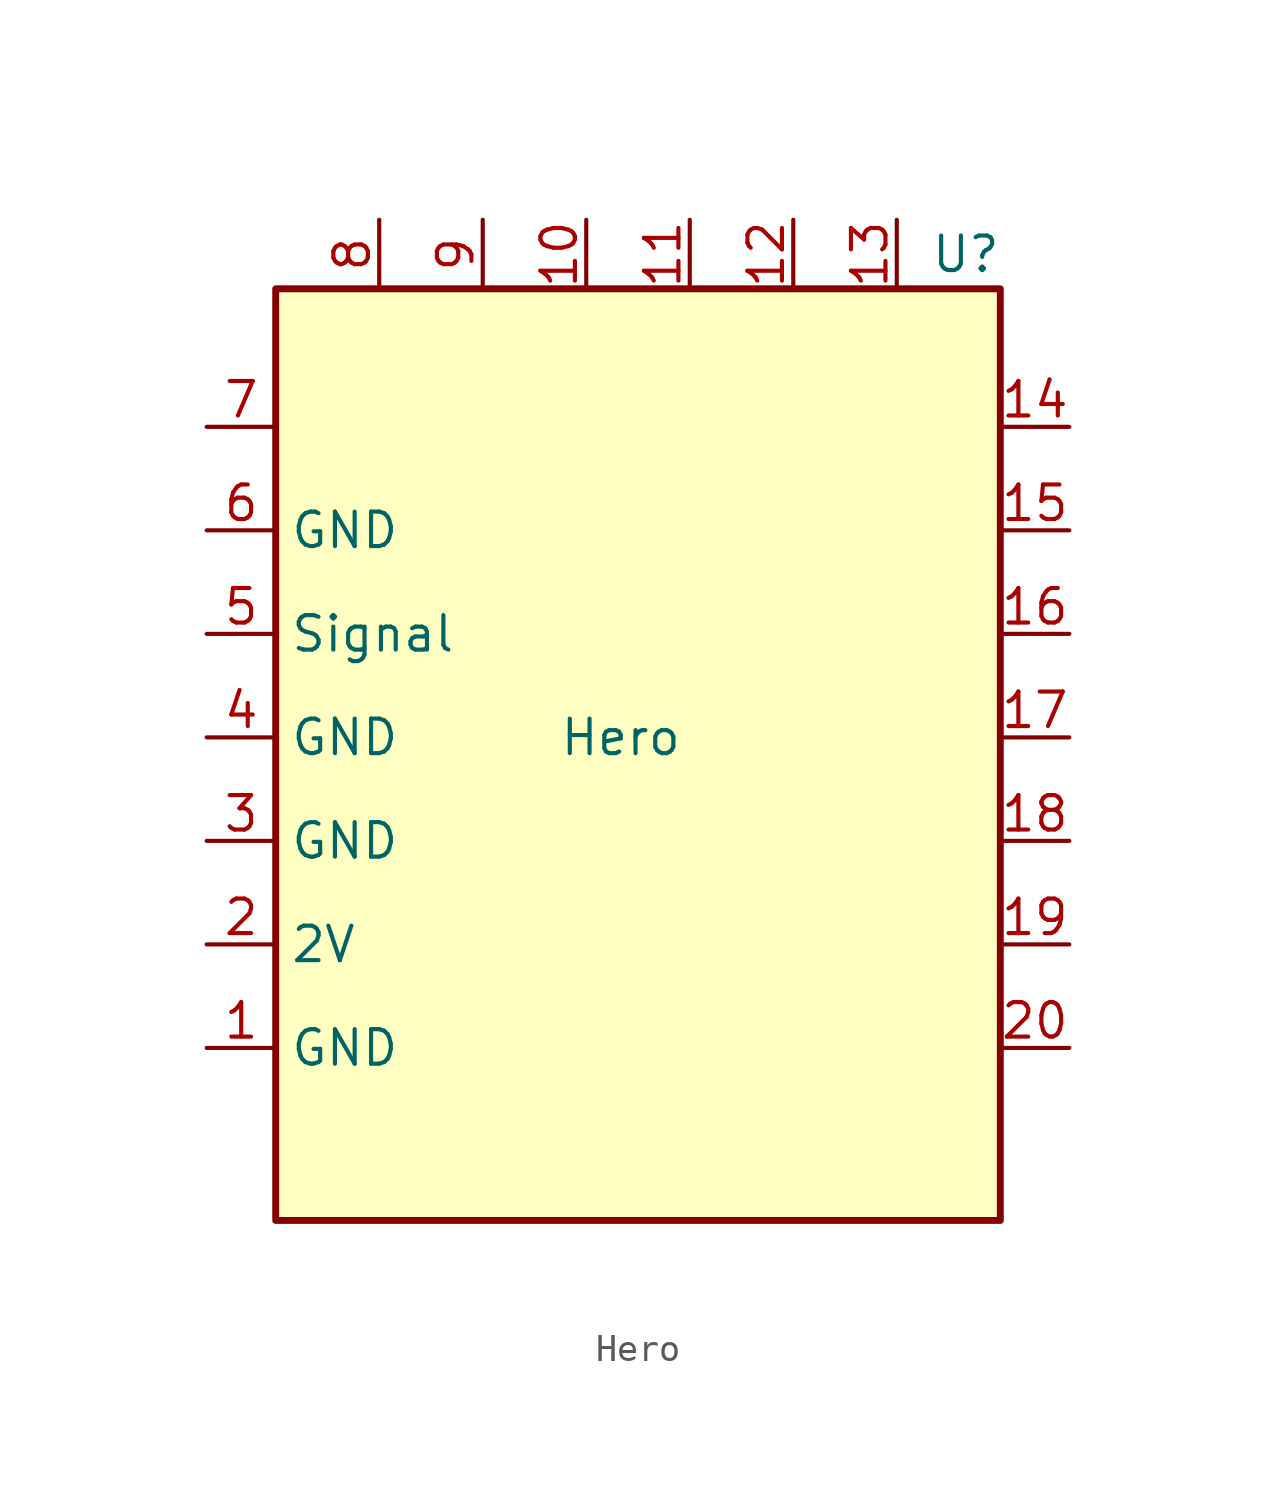
<source format=kicad_sym>
(kicad_symbol_lib
  (version 20211014)
  (generator kicad_symbol_editor)
  (symbol "Hero"
    (property "Reference" "U"
      (at 12.7 17.78 0)
      (effects (font (size 1.27 1.27))))
    (property "Value" "Hero"
      (at 0 0 0)
      (effects (font (size 1.27 1.27))))
    (symbol "Hero_0_1"
      (rectangle (start -12.7 16.51) (end 13.97 -17.78) (stroke (width 0.254) (type default) (color 0 0 0 0)) (fill (type background))))
    (symbol "Hero_1_1"
      (pin power_out line (at -15.24 -11.43 0) (length 2.54) (name "GND" (effects (font (size 1.27 1.27)))) (number "1" (effects (font (size 1.27 1.27)))))
      (pin input line (at -1.27 19.05 270) (length 2.54) (name "" (effects (font (size 1.27 1.27)))) (number "10" (effects (font (size 1.27 1.27)))))
      (pin input line (at 2.54 19.05 270) (length 2.54) (name "" (effects (font (size 1.27 1.27)))) (number "11" (effects (font (size 1.27 1.27)))))
      (pin input line (at 6.35 19.05 270) (length 2.54) (name "" (effects (font (size 1.27 1.27)))) (number "12" (effects (font (size 1.27 1.27)))))
      (pin input line (at 10.16 19.05 270) (length 2.54) (name "" (effects (font (size 1.27 1.27)))) (number "13" (effects (font (size 1.27 1.27)))))
      (pin input line (at 16.51 11.43 180) (length 2.54) (name "" (effects (font (size 1.27 1.27)))) (number "14" (effects (font (size 1.27 1.27)))))
      (pin input line (at 16.51 7.62 180) (length 2.54) (name "" (effects (font (size 1.27 1.27)))) (number "15" (effects (font (size 1.27 1.27)))))
      (pin input line (at 16.51 3.81 180) (length 2.54) (name "" (effects (font (size 1.27 1.27)))) (number "16" (effects (font (size 1.27 1.27)))))
      (pin input line (at 16.51 0 180) (length 2.54) (name "" (effects (font (size 1.27 1.27)))) (number "17" (effects (font (size 1.27 1.27)))))
      (pin input line (at 16.51 -3.81 180) (length 2.54) (name "" (effects (font (size 1.27 1.27)))) (number "18" (effects (font (size 1.27 1.27)))))
      (pin input line (at 16.51 -7.62 180) (length 2.54) (name "" (effects (font (size 1.27 1.27)))) (number "19" (effects (font (size 1.27 1.27)))))
      (pin power_in line (at -15.24 -7.62 0) (length 2.54) (name "2V" (effects (font (size 1.27 1.27)))) (number "2" (effects (font (size 1.27 1.27)))))
      (pin input line (at 16.51 -11.43 180) (length 2.54) (name "" (effects (font (size 1.27 1.27)))) (number "20" (effects (font (size 1.27 1.27)))))
      (pin power_out line (at -15.24 -3.81 0) (length 2.54) (name "GND" (effects (font (size 1.27 1.27)))) (number "3" (effects (font (size 1.27 1.27)))))
      (pin power_out line (at -15.24 0 0) (length 2.54) (name "GND" (effects (font (size 1.27 1.27)))) (number "4" (effects (font (size 1.27 1.27)))))
      (pin bidirectional line (at -15.24 3.81 0) (length 2.54) (name "Signal" (effects (font (size 1.27 1.27)))) (number "5" (effects (font (size 1.27 1.27)))))
      (pin power_out line (at -15.24 7.62 0) (length 2.54) (name "GND" (effects (font (size 1.27 1.27)))) (number "6" (effects (font (size 1.27 1.27)))))
      (pin input line (at -15.24 11.43 0) (length 2.54) (name "" (effects (font (size 1.27 1.27)))) (number "7" (effects (font (size 1.27 1.27)))))
      (pin input line (at -8.89 19.05 270) (length 2.54) (name "" (effects (font (size 1.27 1.27)))) (number "8" (effects (font (size 1.27 1.27)))))
      (pin input line (at -5.08 19.05 270) (length 2.54) (name "" (effects (font (size 1.27 1.27)))) (number "9" (effects (font (size 1.27 1.27))))))))
</source>
